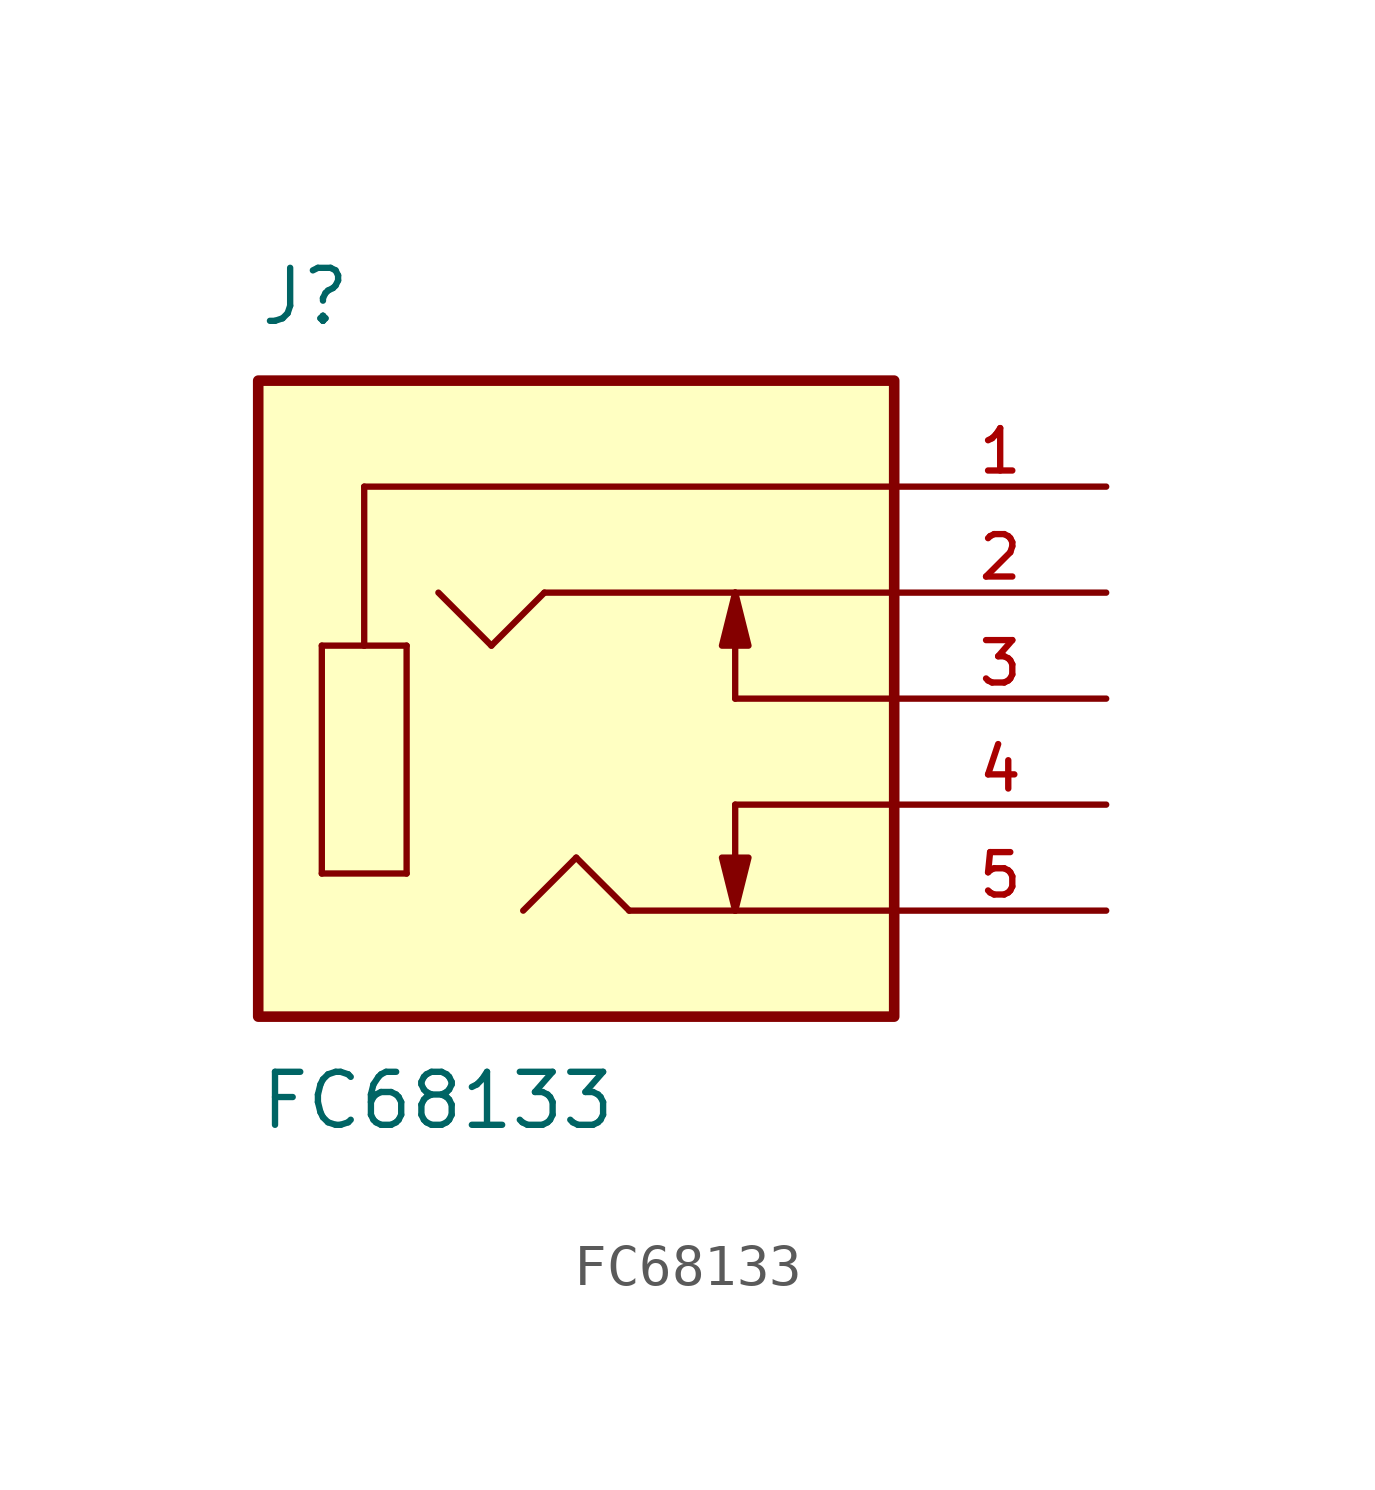
<source format=kicad_sym>
(kicad_symbol_lib
  (version 20220914)
  (generator kicad_symbol_editor)
  (symbol "FC68133"
    (pin_names
      (offset 1.016))
    (property "Reference" "J"
      (at -7.62 8.89 0)
      (effects (font (size 1.27 1.27)) (justify left bottom)))
    (property "Value" "FC68133"
      (at -7.62 -8.89 0)
      (effects (font (size 1.27 1.27)) (justify left top)))
    (symbol "FC68133_0_0"
      (rectangle (start -7.62 -7.62) (end 7.62 7.62) (stroke (width 0.254) (type default)) (fill (type background)))
      (polyline (pts (xy -6.096 -4.191) (xy -6.096 1.27)) (stroke (width 0.152) (type default)) (fill (type none)))
      (polyline (pts (xy -6.096 1.27) (xy -5.08 1.27)) (stroke (width 0.152) (type default)) (fill (type none)))
      (polyline (pts (xy -5.08 1.27) (xy -4.064 1.27)) (stroke (width 0.152) (type default)) (fill (type none)))
      (polyline (pts (xy -5.08 5.08) (xy -5.08 1.27)) (stroke (width 0.152) (type default)) (fill (type none)))
      (polyline (pts (xy -4.064 -4.191) (xy -6.096 -4.191)) (stroke (width 0.152) (type default)) (fill (type none)))
      (polyline (pts (xy -4.064 1.27) (xy -4.064 -4.191)) (stroke (width 0.152) (type default)) (fill (type none)))
      (polyline (pts (xy -2.032 1.27) (xy -3.302 2.54)) (stroke (width 0.152) (type default)) (fill (type none)))
      (polyline (pts (xy -0.762 2.54) (xy -2.032 1.27)) (stroke (width 0.152) (type default)) (fill (type none)))
      (polyline (pts (xy 0 -3.81) (xy -1.27 -5.08)) (stroke (width 0.152) (type default)) (fill (type none)))
      (polyline (pts (xy 1.27 -5.08) (xy 0 -3.81)) (stroke (width 0.152) (type default)) (fill (type none)))
      (polyline (pts (xy 3.81 -5.08) (xy 1.27 -5.08)) (stroke (width 0.152) (type default)) (fill (type none)))
      (polyline (pts (xy 3.81 -5.08) (xy 3.81 -2.54)) (stroke (width 0.152) (type default)) (fill (type none)))
      (polyline (pts (xy 3.81 0) (xy 3.81 2.54)) (stroke (width 0.152) (type default)) (fill (type none)))
      (polyline (pts (xy 3.81 2.54) (xy -0.762 2.54)) (stroke (width 0.152) (type default)) (fill (type none)))
      (polyline (pts (xy 7.62 -5.08) (xy 3.81 -5.08)) (stroke (width 0.152) (type default)) (fill (type none)))
      (polyline (pts (xy 7.62 -2.54) (xy 3.81 -2.54)) (stroke (width 0.152) (type default)) (fill (type none)))
      (polyline (pts (xy 7.62 0) (xy 3.81 0)) (stroke (width 0.152) (type default)) (fill (type none)))
      (polyline (pts (xy 7.62 2.54) (xy 3.81 2.54)) (stroke (width 0.152) (type default)) (fill (type none)))
      (polyline (pts (xy 7.62 5.08) (xy -5.08 5.08)) (stroke (width 0.152) (type default)) (fill (type none)))
      (polyline (pts (xy 3.81 -5.08) (xy 3.493 -3.81) (xy 4.128 -3.81) (xy 3.81 -5.08)) (stroke (width 0.152) (type default)) (fill (type outline)))
      (polyline (pts (xy 3.81 2.54) (xy 4.128 1.27) (xy 3.493 1.27) (xy 3.81 2.54)) (stroke (width 0.152) (type default)) (fill (type outline)))
      (pin passive line (at 12.7 5.08 180) (length 5.08) (name "~" (effects (font (size 1.016 1.016)))) (number "1" (effects (font (size 1.016 1.016)))))
      (pin passive line (at 12.7 2.54 180) (length 5.08) (name "~" (effects (font (size 1.016 1.016)))) (number "2" (effects (font (size 1.016 1.016)))))
      (pin passive line (at 12.7 0 180) (length 5.08) (name "~" (effects (font (size 1.016 1.016)))) (number "3" (effects (font (size 1.016 1.016)))))
      (pin passive line (at 12.7 -2.54 180) (length 5.08) (name "~" (effects (font (size 1.016 1.016)))) (number "4" (effects (font (size 1.016 1.016)))))
      (pin passive line (at 12.7 -5.08 180) (length 5.08) (name "~" (effects (font (size 1.016 1.016)))) (number "5" (effects (font (size 1.016 1.016))))))))
</source>
